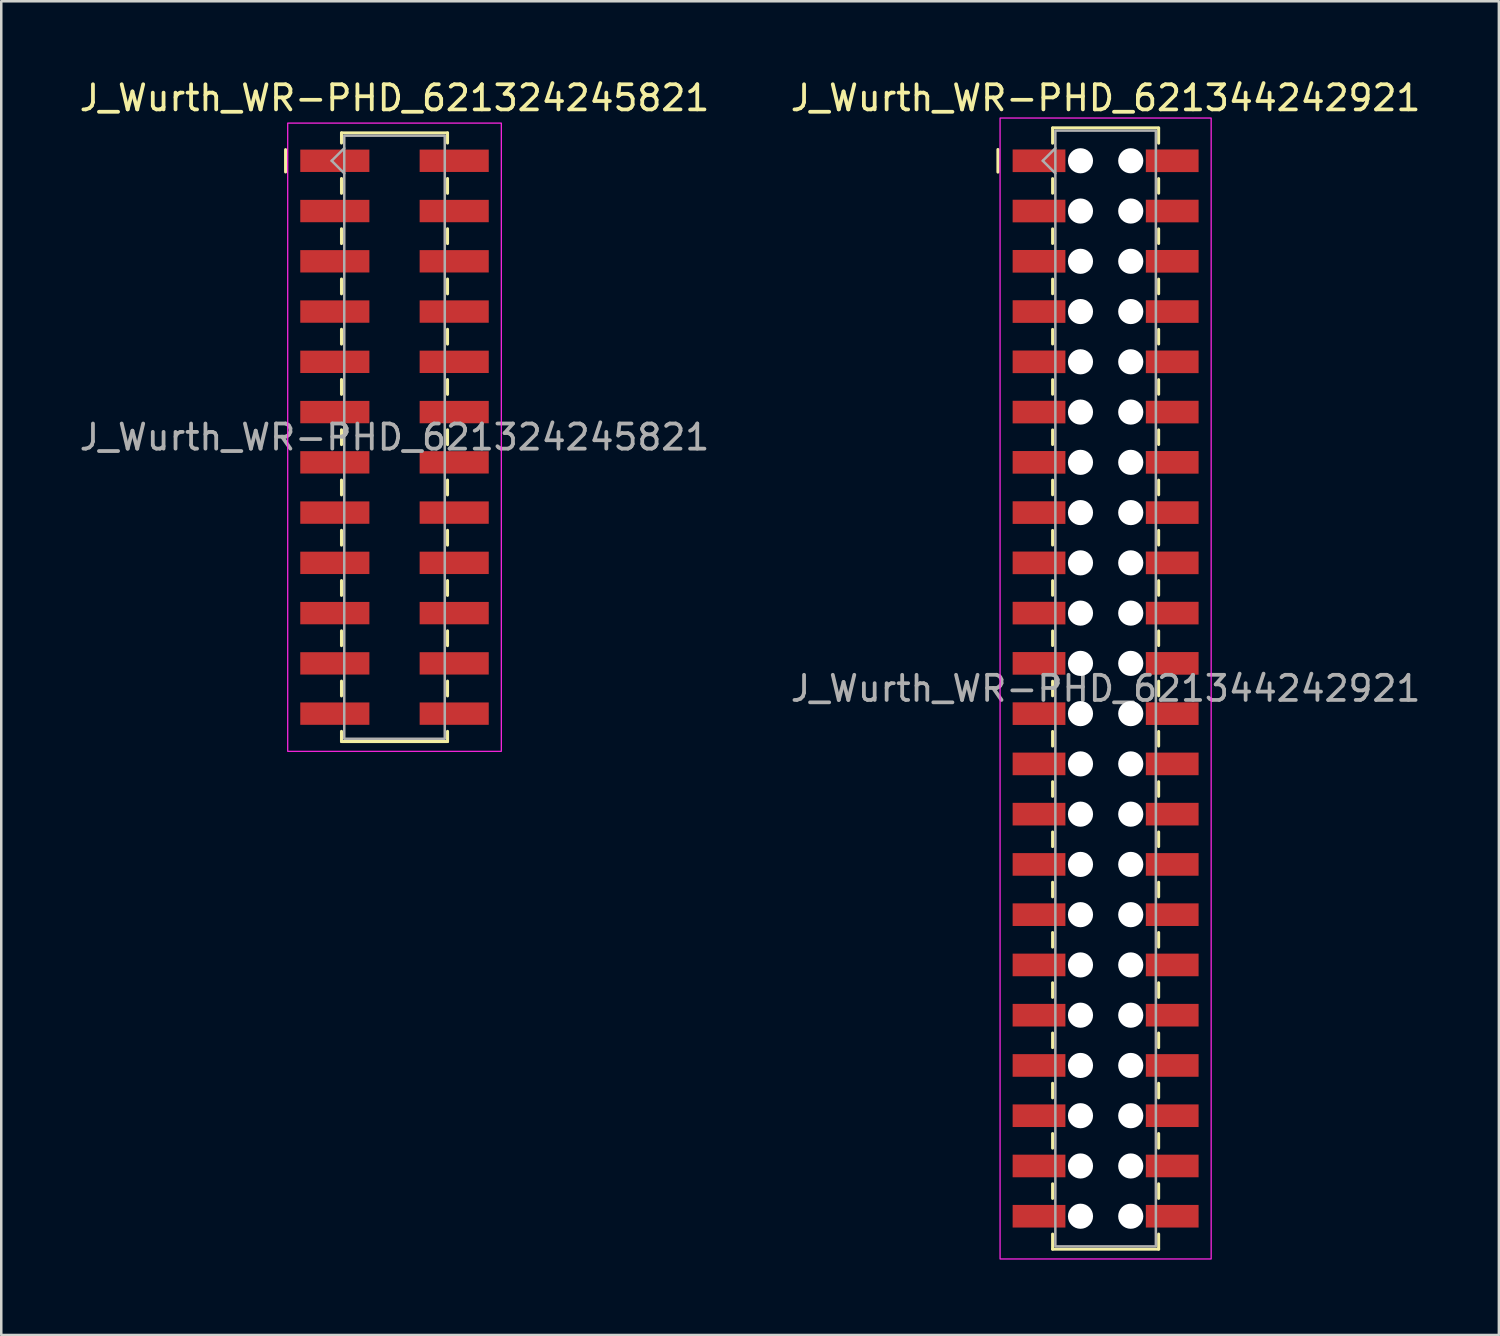
<source format=kicad_pcb>
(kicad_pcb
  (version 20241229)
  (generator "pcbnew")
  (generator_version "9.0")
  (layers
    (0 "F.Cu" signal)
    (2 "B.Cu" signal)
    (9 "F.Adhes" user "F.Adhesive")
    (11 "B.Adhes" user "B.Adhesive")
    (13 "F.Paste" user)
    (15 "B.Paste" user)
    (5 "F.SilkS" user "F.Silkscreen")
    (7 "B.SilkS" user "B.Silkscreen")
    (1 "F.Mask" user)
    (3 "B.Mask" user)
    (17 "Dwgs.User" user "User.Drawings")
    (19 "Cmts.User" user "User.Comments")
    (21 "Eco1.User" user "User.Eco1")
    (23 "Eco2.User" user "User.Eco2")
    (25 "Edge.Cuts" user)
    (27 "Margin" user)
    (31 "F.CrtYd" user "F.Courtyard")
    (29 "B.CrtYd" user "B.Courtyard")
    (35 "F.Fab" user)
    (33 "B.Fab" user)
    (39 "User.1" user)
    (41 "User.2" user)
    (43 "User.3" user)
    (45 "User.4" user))
  (footprint "J_Wurth_WR-PHD_621344242921"
    (layer "F.Cu")
    (at 40.946 24.348)
    (property "Reference" "J_Wurth_WR-PHD_621344242921" (at 0 -23.5 0) (unlocked yes) (layer "F.SilkS") (effects (font (size 1 1) (thickness 0.15))))
    (attr smd)
    (fp_line (start -4.285 -21.45) (end -4.285 -20.55) (stroke (width 0.12) (type solid)) (layer "F.SilkS"))
    (fp_line (start -2.11 -22.31) (end 2.11 -22.31) (stroke (width 0.12) (type solid)) (layer "F.SilkS"))
    (fp_line (start -2.11 -21.7) (end -2.11 -22.3) (stroke (width 0.12) (type solid)) (layer "F.SilkS"))
    (fp_line (start -2.11 -20.29) (end -2.11 -19.71) (stroke (width 0.12) (type solid)) (layer "F.SilkS"))
    (fp_line (start -2.11 -18.29) (end -2.11 -17.71) (stroke (width 0.12) (type solid)) (layer "F.SilkS"))
    (fp_line (start -2.11 -16.29) (end -2.11 -15.71) (stroke (width 0.12) (type solid)) (layer "F.SilkS"))
    (fp_line (start -2.11 -14.29) (end -2.11 -13.71) (stroke (width 0.12) (type solid)) (layer "F.SilkS"))
    (fp_line (start -2.11 -12.29) (end -2.11 -11.71) (stroke (width 0.12) (type solid)) (layer "F.SilkS"))
    (fp_line (start -2.11 -10.29) (end -2.11 -9.71) (stroke (width 0.12) (type solid)) (layer "F.SilkS"))
    (fp_line (start -2.11 -8.29) (end -2.11 -7.71) (stroke (width 0.12) (type solid)) (layer "F.SilkS"))
    (fp_line (start -2.11 -6.29) (end -2.11 -5.71) (stroke (width 0.12) (type solid)) (layer "F.SilkS"))
    (fp_line (start -2.11 -4.29) (end -2.11 -3.71) (stroke (width 0.12) (type solid)) (layer "F.SilkS"))
    (fp_line (start -2.11 -2.29) (end -2.11 -1.71) (stroke (width 0.12) (type solid)) (layer "F.SilkS"))
    (fp_line (start -2.11 -0.29) (end -2.11 0.29) (stroke (width 0.12) (type solid)) (layer "F.SilkS"))
    (fp_line (start -2.11 1.71) (end -2.11 2.29) (stroke (width 0.12) (type solid)) (layer "F.SilkS"))
    (fp_line (start -2.11 3.71) (end -2.11 4.29) (stroke (width 0.12) (type solid)) (layer "F.SilkS"))
    (fp_line (start -2.11 5.71) (end -2.11 6.29) (stroke (width 0.12) (type solid)) (layer "F.SilkS"))
    (fp_line (start -2.11 7.71) (end -2.11 8.29) (stroke (width 0.12) (type solid)) (layer "F.SilkS"))
    (fp_line (start -2.11 9.71) (end -2.11 10.29) (stroke (width 0.12) (type solid)) (layer "F.SilkS"))
    (fp_line (start -2.11 11.71) (end -2.11 12.29) (stroke (width 0.12) (type solid)) (layer "F.SilkS"))
    (fp_line (start -2.11 13.71) (end -2.11 14.29) (stroke (width 0.12) (type solid)) (layer "F.SilkS"))
    (fp_line (start -2.11 15.71) (end -2.11 16.29) (stroke (width 0.12) (type solid)) (layer "F.SilkS"))
    (fp_line (start -2.11 17.71) (end -2.11 18.29) (stroke (width 0.12) (type solid)) (layer "F.SilkS"))
    (fp_line (start -2.11 19.71) (end -2.11 20.29) (stroke (width 0.12) (type solid)) (layer "F.SilkS"))
    (fp_line (start -2.11 21.71) (end -2.11 22.31) (stroke (width 0.12) (type solid)) (layer "F.SilkS"))
    (fp_line (start 2.11 -21.7) (end 2.11 -22.3) (stroke (width 0.12) (type solid)) (layer "F.SilkS"))
    (fp_line (start 2.11 -20.29) (end 2.11 -19.71) (stroke (width 0.12) (type solid)) (layer "F.SilkS"))
    (fp_line (start 2.11 -18.29) (end 2.11 -17.71) (stroke (width 0.12) (type solid)) (layer "F.SilkS"))
    (fp_line (start 2.11 -16.29) (end 2.11 -15.71) (stroke (width 0.12) (type solid)) (layer "F.SilkS"))
    (fp_line (start 2.11 -14.29) (end 2.11 -13.71) (stroke (width 0.12) (type solid)) (layer "F.SilkS"))
    (fp_line (start 2.11 -12.29) (end 2.11 -11.71) (stroke (width 0.12) (type solid)) (layer "F.SilkS"))
    (fp_line (start 2.11 -10.29) (end 2.11 -9.71) (stroke (width 0.12) (type solid)) (layer "F.SilkS"))
    (fp_line (start 2.11 -8.29) (end 2.11 -7.71) (stroke (width 0.12) (type solid)) (layer "F.SilkS"))
    (fp_line (start 2.11 -6.29) (end 2.11 -5.71) (stroke (width 0.12) (type solid)) (layer "F.SilkS"))
    (fp_line (start 2.11 -4.29) (end 2.11 -3.71) (stroke (width 0.12) (type solid)) (layer "F.SilkS"))
    (fp_line (start 2.11 -2.29) (end 2.11 -1.71) (stroke (width 0.12) (type solid)) (layer "F.SilkS"))
    (fp_line (start 2.11 -0.29) (end 2.11 0.29) (stroke (width 0.12) (type solid)) (layer "F.SilkS"))
    (fp_line (start 2.11 1.71) (end 2.11 2.29) (stroke (width 0.12) (type solid)) (layer "F.SilkS"))
    (fp_line (start 2.11 3.71) (end 2.11 4.29) (stroke (width 0.12) (type solid)) (layer "F.SilkS"))
    (fp_line (start 2.11 5.71) (end 2.11 6.29) (stroke (width 0.12) (type solid)) (layer "F.SilkS"))
    (fp_line (start 2.11 7.71) (end 2.11 8.29) (stroke (width 0.12) (type solid)) (layer "F.SilkS"))
    (fp_line (start 2.11 9.71) (end 2.11 10.29) (stroke (width 0.12) (type solid)) (layer "F.SilkS"))
    (fp_line (start 2.11 11.71) (end 2.11 12.29) (stroke (width 0.12) (type solid)) (layer "F.SilkS"))
    (fp_line (start 2.11 13.71) (end 2.11 14.29) (stroke (width 0.12) (type solid)) (layer "F.SilkS"))
    (fp_line (start 2.11 15.71) (end 2.11 16.29) (stroke (width 0.12) (type solid)) (layer "F.SilkS"))
    (fp_line (start 2.11 17.71) (end 2.11 18.29) (stroke (width 0.12) (type solid)) (layer "F.SilkS"))
    (fp_line (start 2.11 19.71) (end 2.11 20.29) (stroke (width 0.12) (type solid)) (layer "F.SilkS"))
    (fp_line (start 2.11 21.71) (end 2.11 22.31) (stroke (width 0.12) (type solid)) (layer "F.SilkS"))
    (fp_line (start 2.11 22.31) (end -2.11 22.31) (stroke (width 0.12) (type solid)) (layer "F.SilkS"))
    (fp_rect (start -4.2 -22.7) (end 4.2 22.7) (stroke (width 0.05) (type solid)) (fill no) (layer "F.CrtYd"))
    (fp_line (start -2.5 -21) (end -2 -20.5) (stroke (width 0.1) (type default)) (layer "F.Fab"))
    (fp_line (start -2 -21.5) (end -2.5 -21) (stroke (width 0.1) (type default)) (layer "F.Fab"))
    (fp_rect (start -2 -22.2) (end 2 22.2) (stroke (width 0.1) (type solid)) (fill no) (layer "F.Fab"))
    (fp_text user "${REFERENCE}" (at 0 0 0) (unlocked yes) (layer "F.Fab") (effects (font (size 1 1) (thickness 0.15))))
    (pad "" np_thru_hole circle (at -1 -21 270) (size 1 1) (drill 1) (layers "*.Cu" "*.Mask"))
    (pad "" np_thru_hole circle (at -1 -19 270) (size 1 1) (drill 1) (layers "*.Cu" "*.Mask"))
    (pad "" np_thru_hole circle (at -1 -17 270) (size 1 1) (drill 1) (layers "*.Cu" "*.Mask"))
    (pad "" np_thru_hole circle (at -1 -15 270) (size 1 1) (drill 1) (layers "*.Cu" "*.Mask"))
    (pad "" np_thru_hole circle (at -1 -13 270) (size 1 1) (drill 1) (layers "*.Cu" "*.Mask"))
    (pad "" np_thru_hole circle (at -1 -11 270) (size 1 1) (drill 1) (layers "*.Cu" "*.Mask"))
    (pad "" np_thru_hole circle (at -1 -9 270) (size 1 1) (drill 1) (layers "*.Cu" "*.Mask"))
    (pad "" np_thru_hole circle (at -1 -7 270) (size 1 1) (drill 1) (layers "*.Cu" "*.Mask"))
    (pad "" np_thru_hole circle (at -1 -5 270) (size 1 1) (drill 1) (layers "*.Cu" "*.Mask"))
    (pad "" np_thru_hole circle (at -1 -3 270) (size 1 1) (drill 1) (layers "*.Cu" "*.Mask"))
    (pad "" np_thru_hole circle (at -1 -1 270) (size 1 1) (drill 1) (layers "*.Cu" "*.Mask"))
    (pad "" np_thru_hole circle (at -1 1 270) (size 1 1) (drill 1) (layers "*.Cu" "*.Mask"))
    (pad "" np_thru_hole circle (at -1 3 270) (size 1 1) (drill 1) (layers "*.Cu" "*.Mask"))
    (pad "" np_thru_hole circle (at -1 5 270) (size 1 1) (drill 1) (layers "*.Cu" "*.Mask"))
    (pad "" np_thru_hole circle (at -1 7 270) (size 1 1) (drill 1) (layers "*.Cu" "*.Mask"))
    (pad "" np_thru_hole circle (at -1 9 270) (size 1 1) (drill 1) (layers "*.Cu" "*.Mask"))
    (pad "" np_thru_hole circle (at -1 11 270) (size 1 1) (drill 1) (layers "*.Cu" "*.Mask"))
    (pad "" np_thru_hole circle (at -1 13 270) (size 1 1) (drill 1) (layers "*.Cu" "*.Mask"))
    (pad "" np_thru_hole circle (at -1 15 270) (size 1 1) (drill 1) (layers "*.Cu" "*.Mask"))
    (pad "" np_thru_hole circle (at -1 17 270) (size 1 1) (drill 1) (layers "*.Cu" "*.Mask"))
    (pad "" np_thru_hole circle (at -1 19 270) (size 1 1) (drill 1) (layers "*.Cu" "*.Mask"))
    (pad "" np_thru_hole circle (at -1 21 270) (size 1 1) (drill 1) (layers "*.Cu" "*.Mask"))
    (pad "" np_thru_hole circle (at 1 -21 270) (size 1 1) (drill 1) (layers "*.Cu" "*.Mask"))
    (pad "" np_thru_hole circle (at 1 -19 270) (size 1 1) (drill 1) (layers "*.Cu" "*.Mask"))
    (pad "" np_thru_hole circle (at 1 -17 270) (size 1 1) (drill 1) (layers "*.Cu" "*.Mask"))
    (pad "" np_thru_hole circle (at 1 -15 270) (size 1 1) (drill 1) (layers "*.Cu" "*.Mask"))
    (pad "" np_thru_hole circle (at 1 -13 270) (size 1 1) (drill 1) (layers "*.Cu" "*.Mask"))
    (pad "" np_thru_hole circle (at 1 -11 270) (size 1 1) (drill 1) (layers "*.Cu" "*.Mask"))
    (pad "" np_thru_hole circle (at 1 -9 270) (size 1 1) (drill 1) (layers "*.Cu" "*.Mask"))
    (pad "" np_thru_hole circle (at 1 -7 270) (size 1 1) (drill 1) (layers "*.Cu" "*.Mask"))
    (pad "" np_thru_hole circle (at 1 -5 270) (size 1 1) (drill 1) (layers "*.Cu" "*.Mask"))
    (pad "" np_thru_hole circle (at 1 -3 270) (size 1 1) (drill 1) (layers "*.Cu" "*.Mask"))
    (pad "" np_thru_hole circle (at 1 -1 270) (size 1 1) (drill 1) (layers "*.Cu" "*.Mask"))
    (pad "" np_thru_hole circle (at 1 1 270) (size 1 1) (drill 1) (layers "*.Cu" "*.Mask"))
    (pad "" np_thru_hole circle (at 1 3 270) (size 1 1) (drill 1) (layers "*.Cu" "*.Mask"))
    (pad "" np_thru_hole circle (at 1 5 270) (size 1 1) (drill 1) (layers "*.Cu" "*.Mask"))
    (pad "" np_thru_hole circle (at 1 7 270) (size 1 1) (drill 1) (layers "*.Cu" "*.Mask"))
    (pad "" np_thru_hole circle (at 1 9 270) (size 1 1) (drill 1) (layers "*.Cu" "*.Mask"))
    (pad "" np_thru_hole circle (at 1 11 270) (size 1 1) (drill 1) (layers "*.Cu" "*.Mask"))
    (pad "" np_thru_hole circle (at 1 13 270) (size 1 1) (drill 1) (layers "*.Cu" "*.Mask"))
    (pad "" np_thru_hole circle (at 1 15 270) (size 1 1) (drill 1) (layers "*.Cu" "*.Mask"))
    (pad "" np_thru_hole circle (at 1 17 270) (size 1 1) (drill 1) (layers "*.Cu" "*.Mask"))
    (pad "" np_thru_hole circle (at 1 19 270) (size 1 1) (drill 1) (layers "*.Cu" "*.Mask"))
    (pad "" np_thru_hole circle (at 1 21 270) (size 1 1) (drill 1) (layers "*.Cu" "*.Mask"))
    (pad "1" smd rect (at -2.65 -21 270) (size 0.9 2.1) (layers "F.Cu" "F.Mask" "F.Paste"))
    (pad "2" smd rect (at 2.65 -21 270) (size 0.9 2.1) (layers "F.Cu" "F.Mask" "F.Paste"))
    (pad "3" smd rect (at -2.65 -19 270) (size 0.9 2.1) (layers "F.Cu" "F.Mask" "F.Paste"))
    (pad "4" smd rect (at 2.65 -19 270) (size 0.9 2.1) (layers "F.Cu" "F.Mask" "F.Paste"))
    (pad "5" smd rect (at -2.65 -17 270) (size 0.9 2.1) (layers "F.Cu" "F.Mask" "F.Paste"))
    (pad "6" smd rect (at 2.65 -17 270) (size 0.9 2.1) (layers "F.Cu" "F.Mask" "F.Paste"))
    (pad "7" smd rect (at -2.65 -15 270) (size 0.9 2.1) (layers "F.Cu" "F.Mask" "F.Paste"))
    (pad "8" smd rect (at 2.65 -15 270) (size 0.9 2.1) (layers "F.Cu" "F.Mask" "F.Paste"))
    (pad "9" smd rect (at -2.65 -13 270) (size 0.9 2.1) (layers "F.Cu" "F.Mask" "F.Paste"))
    (pad "10" smd rect (at 2.65 -13 270) (size 0.9 2.1) (layers "F.Cu" "F.Mask" "F.Paste"))
    (pad "11" smd rect (at -2.65 -11 270) (size 0.9 2.1) (layers "F.Cu" "F.Mask" "F.Paste"))
    (pad "12" smd rect (at 2.65 -11 270) (size 0.9 2.1) (layers "F.Cu" "F.Mask" "F.Paste"))
    (pad "13" smd rect (at -2.65 -9 270) (size 0.9 2.1) (layers "F.Cu" "F.Mask" "F.Paste"))
    (pad "14" smd rect (at 2.65 -9 270) (size 0.9 2.1) (layers "F.Cu" "F.Mask" "F.Paste"))
    (pad "15" smd rect (at -2.65 -7 270) (size 0.9 2.1) (layers "F.Cu" "F.Mask" "F.Paste"))
    (pad "16" smd rect (at 2.65 -7 270) (size 0.9 2.1) (layers "F.Cu" "F.Mask" "F.Paste"))
    (pad "17" smd rect (at -2.65 -5 270) (size 0.9 2.1) (layers "F.Cu" "F.Mask" "F.Paste"))
    (pad "18" smd rect (at 2.65 -5 270) (size 0.9 2.1) (layers "F.Cu" "F.Mask" "F.Paste"))
    (pad "19" smd rect (at -2.65 -3 270) (size 0.9 2.1) (layers "F.Cu" "F.Mask" "F.Paste"))
    (pad "20" smd rect (at 2.65 -3 270) (size 0.9 2.1) (layers "F.Cu" "F.Mask" "F.Paste"))
    (pad "21" smd rect (at -2.65 -1 270) (size 0.9 2.1) (layers "F.Cu" "F.Mask" "F.Paste"))
    (pad "22" smd rect (at 2.65 -1 270) (size 0.9 2.1) (layers "F.Cu" "F.Mask" "F.Paste"))
    (pad "23" smd rect (at -2.65 1 270) (size 0.9 2.1) (layers "F.Cu" "F.Mask" "F.Paste"))
    (pad "24" smd rect (at 2.65 1 270) (size 0.9 2.1) (layers "F.Cu" "F.Mask" "F.Paste"))
    (pad "25" smd rect (at -2.65 3 270) (size 0.9 2.1) (layers "F.Cu" "F.Mask" "F.Paste"))
    (pad "26" smd rect (at 2.65 3 270) (size 0.9 2.1) (layers "F.Cu" "F.Mask" "F.Paste"))
    (pad "27" smd rect (at -2.65 5 270) (size 0.9 2.1) (layers "F.Cu" "F.Mask" "F.Paste"))
    (pad "28" smd rect (at 2.65 5 270) (size 0.9 2.1) (layers "F.Cu" "F.Mask" "F.Paste"))
    (pad "29" smd rect (at -2.65 7 270) (size 0.9 2.1) (layers "F.Cu" "F.Mask" "F.Paste"))
    (pad "30" smd rect (at 2.65 7 270) (size 0.9 2.1) (layers "F.Cu" "F.Mask" "F.Paste"))
    (pad "31" smd rect (at -2.65 9 270) (size 0.9 2.1) (layers "F.Cu" "F.Mask" "F.Paste"))
    (pad "32" smd rect (at 2.65 9 270) (size 0.9 2.1) (layers "F.Cu" "F.Mask" "F.Paste"))
    (pad "33" smd rect (at -2.65 11 270) (size 0.9 2.1) (layers "F.Cu" "F.Mask" "F.Paste"))
    (pad "34" smd rect (at 2.65 11 270) (size 0.9 2.1) (layers "F.Cu" "F.Mask" "F.Paste"))
    (pad "35" smd rect (at -2.65 13 270) (size 0.9 2.1) (layers "F.Cu" "F.Mask" "F.Paste"))
    (pad "36" smd rect (at 2.65 13 270) (size 0.9 2.1) (layers "F.Cu" "F.Mask" "F.Paste"))
    (pad "37" smd rect (at -2.65 15 270) (size 0.9 2.1) (layers "F.Cu" "F.Mask" "F.Paste"))
    (pad "38" smd rect (at 2.65 15 270) (size 0.9 2.1) (layers "F.Cu" "F.Mask" "F.Paste"))
    (pad "39" smd rect (at -2.65 17 270) (size 0.9 2.1) (layers "F.Cu" "F.Mask" "F.Paste"))
    (pad "40" smd rect (at 2.65 17 270) (size 0.9 2.1) (layers "F.Cu" "F.Mask" "F.Paste"))
    (pad "41" smd rect (at -2.65 19 270) (size 0.9 2.1) (layers "F.Cu" "F.Mask" "F.Paste"))
    (pad "42" smd rect (at 2.65 19 270) (size 0.9 2.1) (layers "F.Cu" "F.Mask" "F.Paste"))
    (pad "43" smd rect (at -2.65 21 270) (size 0.9 2.1) (layers "F.Cu" "F.Mask" "F.Paste"))
    (pad "44" smd rect (at 2.65 21 270) (size 0.9 2.1) (layers "F.Cu" "F.Mask" "F.Paste")))
  (footprint "J_Wurth_WR-PHD_621324245821"
    (layer "F.Cu")
    (at 12.649 14.348)
    (property "Reference" "J_Wurth_WR-PHD_621324245821" (at 0 -13.5 0) (unlocked yes) (layer "F.SilkS") (effects (font (size 1 1) (thickness 0.15))))
    (attr smd)
    (fp_line (start -4.335 -11.445) (end -4.335 -10.555) (stroke (width 0.12) (type solid)) (layer "F.SilkS"))
    (fp_line (start -2.11 -12.11) (end -2.11 -11.705) (stroke (width 0.12) (type solid)) (layer "F.SilkS"))
    (fp_line (start -2.11 -10.295) (end -2.11 -9.705) (stroke (width 0.12) (type solid)) (layer "F.SilkS"))
    (fp_line (start -2.11 -8.295) (end -2.11 -7.705) (stroke (width 0.12) (type solid)) (layer "F.SilkS"))
    (fp_line (start -2.11 -6.295) (end -2.11 -5.705) (stroke (width 0.12) (type solid)) (layer "F.SilkS"))
    (fp_line (start -2.11 -4.295) (end -2.11 -3.705) (stroke (width 0.12) (type solid)) (layer "F.SilkS"))
    (fp_line (start -2.11 -2.295) (end -2.11 -1.705) (stroke (width 0.12) (type solid)) (layer "F.SilkS"))
    (fp_line (start -2.11 -0.295) (end -2.11 0.295) (stroke (width 0.12) (type solid)) (layer "F.SilkS"))
    (fp_line (start -2.11 1.705) (end -2.11 2.295) (stroke (width 0.12) (type solid)) (layer "F.SilkS"))
    (fp_line (start -2.11 3.705) (end -2.11 4.295) (stroke (width 0.12) (type solid)) (layer "F.SilkS"))
    (fp_line (start -2.11 5.705) (end -2.11 6.295) (stroke (width 0.12) (type solid)) (layer "F.SilkS"))
    (fp_line (start -2.11 7.705) (end -2.11 8.295) (stroke (width 0.12) (type solid)) (layer "F.SilkS"))
    (fp_line (start -2.11 9.705) (end -2.11 10.295) (stroke (width 0.12) (type solid)) (layer "F.SilkS"))
    (fp_line (start -2.11 11.705) (end -2.11 12.11) (stroke (width 0.12) (type solid)) (layer "F.SilkS"))
    (fp_line (start 2.11 -12.11) (end -2.11 -12.11) (stroke (width 0.12) (type solid)) (layer "F.SilkS"))
    (fp_line (start 2.11 -12.11) (end 2.11 -11.705) (stroke (width 0.12) (type solid)) (layer "F.SilkS"))
    (fp_line (start 2.11 -10.295) (end 2.11 -9.705) (stroke (width 0.12) (type solid)) (layer "F.SilkS"))
    (fp_line (start 2.11 -8.295) (end 2.11 -7.705) (stroke (width 0.12) (type solid)) (layer "F.SilkS"))
    (fp_line (start 2.11 -6.295) (end 2.11 -5.705) (stroke (width 0.12) (type solid)) (layer "F.SilkS"))
    (fp_line (start 2.11 -4.295) (end 2.11 -3.705) (stroke (width 0.12) (type solid)) (layer "F.SilkS"))
    (fp_line (start 2.11 -2.295) (end 2.11 -1.705) (stroke (width 0.12) (type solid)) (layer "F.SilkS"))
    (fp_line (start 2.11 -0.295) (end 2.11 0.295) (stroke (width 0.12) (type solid)) (layer "F.SilkS"))
    (fp_line (start 2.11 1.705) (end 2.11 2.295) (stroke (width 0.12) (type solid)) (layer "F.SilkS"))
    (fp_line (start 2.11 3.705) (end 2.11 4.295) (stroke (width 0.12) (type solid)) (layer "F.SilkS"))
    (fp_line (start 2.11 5.705) (end 2.11 6.295) (stroke (width 0.12) (type solid)) (layer "F.SilkS"))
    (fp_line (start 2.11 7.705) (end 2.11 8.295) (stroke (width 0.12) (type solid)) (layer "F.SilkS"))
    (fp_line (start 2.11 9.705) (end 2.11 10.295) (stroke (width 0.12) (type solid)) (layer "F.SilkS"))
    (fp_line (start 2.11 11.705) (end 2.11 12.11) (stroke (width 0.12) (type solid)) (layer "F.SilkS"))
    (fp_line (start 2.11 12.11) (end -2.11 12.11) (stroke (width 0.12) (type solid)) (layer "F.SilkS"))
    (fp_rect (start -4.25 -12.5) (end 4.25 12.5) (stroke (width 0.05) (type solid)) (fill no) (layer "F.CrtYd"))
    (fp_line (start -2.5 -11) (end -2 -10.5) (stroke (width 0.1) (type default)) (layer "F.Fab"))
    (fp_line (start -2 -11.5) (end -2.5 -11) (stroke (width 0.1) (type default)) (layer "F.Fab"))
    (fp_rect (start -2 -12) (end 2 12) (stroke (width 0.1) (type solid)) (fill no) (layer "F.Fab"))
    (fp_text user "${REFERENCE}" (at 0 0 0) (unlocked yes) (layer "F.Fab") (effects (font (size 1 1) (thickness 0.15))))
    (pad "1" smd rect (at -2.375 -11 270) (size 0.89 2.75) (layers "F.Cu" "F.Mask" "F.Paste"))
    (pad "2" smd rect (at 2.375 -11 270) (size 0.89 2.75) (layers "F.Cu" "F.Mask" "F.Paste"))
    (pad "3" smd rect (at -2.375 -9 270) (size 0.89 2.75) (layers "F.Cu" "F.Mask" "F.Paste"))
    (pad "4" smd rect (at 2.375 -9 270) (size 0.89 2.75) (layers "F.Cu" "F.Mask" "F.Paste"))
    (pad "5" smd rect (at -2.375 -7 270) (size 0.89 2.75) (layers "F.Cu" "F.Mask" "F.Paste"))
    (pad "6" smd rect (at 2.375 -7 270) (size 0.89 2.75) (layers "F.Cu" "F.Mask" "F.Paste"))
    (pad "7" smd rect (at -2.375 -5 270) (size 0.89 2.75) (layers "F.Cu" "F.Mask" "F.Paste"))
    (pad "8" smd rect (at 2.375 -5 270) (size 0.89 2.75) (layers "F.Cu" "F.Mask" "F.Paste"))
    (pad "9" smd rect (at -2.375 -3 270) (size 0.89 2.75) (layers "F.Cu" "F.Mask" "F.Paste"))
    (pad "10" smd rect (at 2.375 -3 270) (size 0.89 2.75) (layers "F.Cu" "F.Mask" "F.Paste"))
    (pad "11" smd rect (at -2.375 -1 270) (size 0.89 2.75) (layers "F.Cu" "F.Mask" "F.Paste"))
    (pad "12" smd rect (at 2.375 -1 270) (size 0.89 2.75) (layers "F.Cu" "F.Mask" "F.Paste"))
    (pad "13" smd rect (at -2.375 1 270) (size 0.89 2.75) (layers "F.Cu" "F.Mask" "F.Paste"))
    (pad "14" smd rect (at 2.375 1 270) (size 0.89 2.75) (layers "F.Cu" "F.Mask" "F.Paste"))
    (pad "15" smd rect (at -2.375 3 270) (size 0.89 2.75) (layers "F.Cu" "F.Mask" "F.Paste"))
    (pad "16" smd rect (at 2.375 3 270) (size 0.89 2.75) (layers "F.Cu" "F.Mask" "F.Paste"))
    (pad "17" smd rect (at -2.375 5 270) (size 0.89 2.75) (layers "F.Cu" "F.Mask" "F.Paste"))
    (pad "18" smd rect (at 2.375 5 270) (size 0.89 2.75) (layers "F.Cu" "F.Mask" "F.Paste"))
    (pad "19" smd rect (at -2.375 7 270) (size 0.89 2.75) (layers "F.Cu" "F.Mask" "F.Paste"))
    (pad "20" smd rect (at 2.375 7 270) (size 0.89 2.75) (layers "F.Cu" "F.Mask" "F.Paste"))
    (pad "21" smd rect (at -2.375 9 270) (size 0.89 2.75) (layers "F.Cu" "F.Mask" "F.Paste"))
    (pad "22" smd rect (at 2.375 9 270) (size 0.89 2.75) (layers "F.Cu" "F.Mask" "F.Paste"))
    (pad "23" smd rect (at -2.375 11 270) (size 0.89 2.75) (layers "F.Cu" "F.Mask" "F.Paste"))
    (pad "24" smd rect (at 2.375 11 270) (size 0.89 2.75) (layers "F.Cu" "F.Mask" "F.Paste")))
  (gr_rect
    (start -3 -3)
    (end 56.595 50.073)
    (stroke (width 0.1) (type default))
    (fill no)
    (layer "Edge.Cuts")))
</source>
